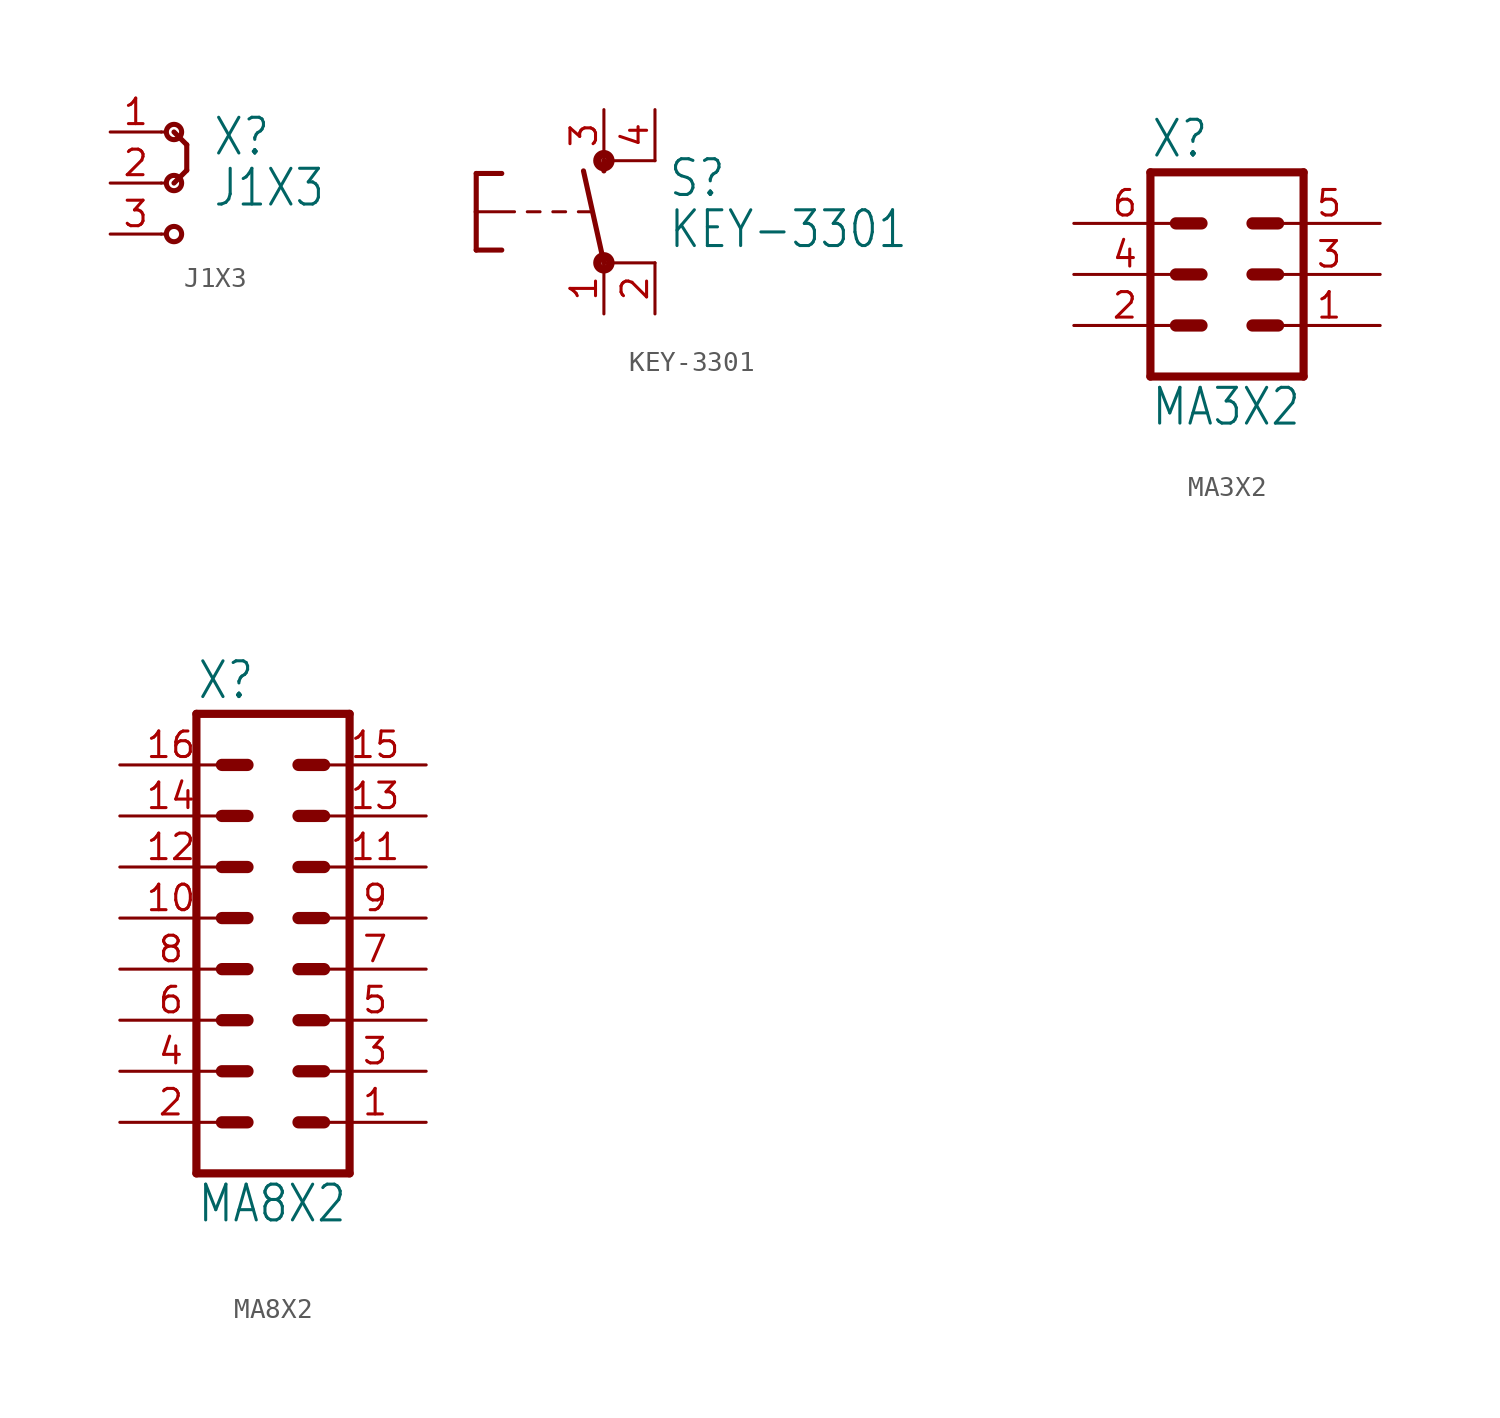
<source format=kicad_sym>
(kicad_symbol_lib
  (version 20211014)
  (generator kicad_symbol_editor)
  (symbol "J1X3"
    (property "Reference" "X"
      (at 2.54 1.27 0)
      (effects (font (size 1.778 1.511)) (justify left bottom)))
    (property "Value" "J1X3"
      (at 2.54 -1.27 0)
      (effects (font (size 1.778 1.511)) (justify left bottom)))
    (property "ki_locked" ""
      (at 0 0 0)
      (effects (font (size 1.27 1.27))))
    (symbol "J1X3_1_0"
      (polyline (pts (xy 0 -2.54) (xy 0.254 -2.54)) (stroke (width 0.152) (type default) (color 0 0 0 0)) (fill (type none)))
      (polyline (pts (xy 0 0) (xy 0.254 0)) (stroke (width 0.152) (type default) (color 0 0 0 0)) (fill (type none)))
      (polyline (pts (xy 0 2.54) (xy 0.254 2.54)) (stroke (width 0.152) (type default) (color 0 0 0 0)) (fill (type none)))
      (polyline (pts (xy 1.27 0.635) (xy 0.635 0)) (stroke (width 0.254) (type default) (color 0 0 0 0)) (fill (type none)))
      (polyline (pts (xy 1.27 1.905) (xy 0.635 2.54)) (stroke (width 0.254) (type default) (color 0 0 0 0)) (fill (type none)))
      (polyline (pts (xy 1.27 1.905) (xy 1.27 0.635)) (stroke (width 0.254) (type default) (color 0 0 0 0)) (fill (type none)))
      (circle (center 0.635 -2.54) (radius 0.381) (stroke (width 0.254) (type default) (color 0 0 0 0)) (fill (type none)))
      (circle (center 0.635 0) (radius 0.381) (stroke (width 0.254) (type default) (color 0 0 0 0)) (fill (type none)))
      (circle (center 0.635 2.54) (radius 0.381) (stroke (width 0.254) (type default) (color 0 0 0 0)) (fill (type none)))
      (pin passive line (at -2.54 2.54 0) (length 2.54) (name "1" (effects (font (size 0 0)))) (number "1" (effects (font (size 1.27 1.27)))))
      (pin passive line (at -2.54 0 0) (length 2.54) (name "2" (effects (font (size 0 0)))) (number "2" (effects (font (size 1.27 1.27)))))
      (pin passive line (at -2.54 -2.54 0) (length 2.54) (name "3" (effects (font (size 0 0)))) (number "3" (effects (font (size 1.27 1.27)))))))
  (symbol "KEY-3301"
    (property "Reference" "S"
      (at 3.175 0.635 0)
      (effects (font (size 1.778 1.511)) (justify left bottom)))
    (property "Value" "KEY-3301"
      (at 3.175 -1.905 0)
      (effects (font (size 1.778 1.511)) (justify left bottom)))
    (property "ki_locked" ""
      (at 0 0 0)
      (effects (font (size 1.27 1.27))))
    (symbol "KEY-3301_1_0"
      (circle (center 0 -2.54) (radius 0.127) (stroke (width 0.406) (type default) (color 0 0 0 0)) (fill (type none)))
      (polyline (pts (xy -6.35 -1.905) (xy -5.08 -1.905)) (stroke (width 0.254) (type default) (color 0 0 0 0)) (fill (type none)))
      (polyline (pts (xy -6.35 0) (xy -6.35 -1.905)) (stroke (width 0.254) (type default) (color 0 0 0 0)) (fill (type none)))
      (polyline (pts (xy -6.35 0) (xy -4.445 0)) (stroke (width 0.152) (type default) (color 0 0 0 0)) (fill (type none)))
      (polyline (pts (xy -6.35 1.905) (xy -6.35 0)) (stroke (width 0.254) (type default) (color 0 0 0 0)) (fill (type none)))
      (polyline (pts (xy -6.35 1.905) (xy -5.08 1.905)) (stroke (width 0.254) (type default) (color 0 0 0 0)) (fill (type none)))
      (polyline (pts (xy -3.81 0) (xy -3.175 0)) (stroke (width 0.152) (type default) (color 0 0 0 0)) (fill (type none)))
      (polyline (pts (xy -2.54 0) (xy -1.905 0)) (stroke (width 0.152) (type default) (color 0 0 0 0)) (fill (type none)))
      (polyline (pts (xy -1.27 0) (xy -0.635 0)) (stroke (width 0.152) (type default) (color 0 0 0 0)) (fill (type none)))
      (polyline (pts (xy 0 -2.54) (xy -1.016 2.032)) (stroke (width 0.254) (type default) (color 0 0 0 0)) (fill (type none)))
      (polyline (pts (xy 0 2.032) (xy 0 2.54)) (stroke (width 0.254) (type default) (color 0 0 0 0)) (fill (type none)))
      (polyline (pts (xy 2.54 -2.54) (xy 0 -2.54)) (stroke (width 0.152) (type default) (color 0 0 0 0)) (fill (type none)))
      (polyline (pts (xy 2.54 2.54) (xy 0 2.54)) (stroke (width 0.152) (type default) (color 0 0 0 0)) (fill (type none)))
      (circle (center 0 2.54) (radius 0.127) (stroke (width 0.406) (type default) (color 0 0 0 0)) (fill (type none)))
      (pin passive line (at 0 -5.08 90) (length 2.54) (name "P" (effects (font (size 0 0)))) (number "1" (effects (font (size 1.27 1.27)))))
      (pin passive line (at 2.54 -5.08 90) (length 2.54) (name "P@1" (effects (font (size 0 0)))) (number "2" (effects (font (size 1.27 1.27)))))
      (pin passive line (at 0 5.08 270) (length 2.54) (name "S" (effects (font (size 0 0)))) (number "3" (effects (font (size 1.27 1.27)))))
      (pin passive line (at 2.54 5.08 270) (length 2.54) (name "S@1" (effects (font (size 0 0)))) (number "4" (effects (font (size 1.27 1.27)))))))
  (symbol "MA3X2"
    (property "Reference" "X"
      (at -3.81 5.715 0)
      (effects (font (size 1.778 1.511)) (justify left bottom)))
    (property "Value" "MA3X2"
      (at -3.81 -7.62 0)
      (effects (font (size 1.778 1.511)) (justify left bottom)))
    (property "ki_locked" ""
      (at 0 0 0)
      (effects (font (size 1.27 1.27))))
    (symbol "MA3X2_1_0"
      (polyline (pts (xy -3.81 5.08) (xy -3.81 -5.08)) (stroke (width 0.406) (type default) (color 0 0 0 0)) (fill (type none)))
      (polyline (pts (xy -3.81 5.08) (xy 3.81 5.08)) (stroke (width 0.406) (type default) (color 0 0 0 0)) (fill (type none)))
      (polyline (pts (xy -2.54 -2.54) (xy -1.27 -2.54)) (stroke (width 0.61) (type default) (color 0 0 0 0)) (fill (type none)))
      (polyline (pts (xy -2.54 0) (xy -1.27 0)) (stroke (width 0.61) (type default) (color 0 0 0 0)) (fill (type none)))
      (polyline (pts (xy -2.54 2.54) (xy -1.27 2.54)) (stroke (width 0.61) (type default) (color 0 0 0 0)) (fill (type none)))
      (polyline (pts (xy 1.27 -2.54) (xy 2.54 -2.54)) (stroke (width 0.61) (type default) (color 0 0 0 0)) (fill (type none)))
      (polyline (pts (xy 1.27 0) (xy 2.54 0)) (stroke (width 0.61) (type default) (color 0 0 0 0)) (fill (type none)))
      (polyline (pts (xy 1.27 2.54) (xy 2.54 2.54)) (stroke (width 0.61) (type default) (color 0 0 0 0)) (fill (type none)))
      (polyline (pts (xy 3.81 -5.08) (xy -3.81 -5.08)) (stroke (width 0.406) (type default) (color 0 0 0 0)) (fill (type none)))
      (polyline (pts (xy 3.81 -5.08) (xy 3.81 5.08)) (stroke (width 0.406) (type default) (color 0 0 0 0)) (fill (type none)))
      (pin passive line (at 7.62 -2.54 180) (length 5.08) (name "1" (effects (font (size 0 0)))) (number "1" (effects (font (size 1.27 1.27)))))
      (pin passive line (at -7.62 -2.54 0) (length 5.08) (name "2" (effects (font (size 0 0)))) (number "2" (effects (font (size 1.27 1.27)))))
      (pin passive line (at 7.62 0 180) (length 5.08) (name "3" (effects (font (size 0 0)))) (number "3" (effects (font (size 1.27 1.27)))))
      (pin passive line (at -7.62 0 0) (length 5.08) (name "4" (effects (font (size 0 0)))) (number "4" (effects (font (size 1.27 1.27)))))
      (pin passive line (at 7.62 2.54 180) (length 5.08) (name "5" (effects (font (size 0 0)))) (number "5" (effects (font (size 1.27 1.27)))))
      (pin passive line (at -7.62 2.54 0) (length 5.08) (name "6" (effects (font (size 0 0)))) (number "6" (effects (font (size 1.27 1.27)))))))
  (symbol "MA8X2"
    (property "Reference" "X"
      (at -3.81 13.335 0)
      (effects (font (size 1.778 1.511)) (justify left bottom)))
    (property "Value" "MA8X2"
      (at -3.81 -12.7 0)
      (effects (font (size 1.778 1.511)) (justify left bottom)))
    (property "ki_locked" ""
      (at 0 0 0)
      (effects (font (size 1.27 1.27))))
    (symbol "MA8X2_1_0"
      (polyline (pts (xy -3.81 12.7) (xy -3.81 -10.16)) (stroke (width 0.406) (type default) (color 0 0 0 0)) (fill (type none)))
      (polyline (pts (xy -3.81 12.7) (xy 3.81 12.7)) (stroke (width 0.406) (type default) (color 0 0 0 0)) (fill (type none)))
      (polyline (pts (xy -2.54 -7.62) (xy -1.27 -7.62)) (stroke (width 0.61) (type default) (color 0 0 0 0)) (fill (type none)))
      (polyline (pts (xy -2.54 -5.08) (xy -1.27 -5.08)) (stroke (width 0.61) (type default) (color 0 0 0 0)) (fill (type none)))
      (polyline (pts (xy -2.54 -2.54) (xy -1.27 -2.54)) (stroke (width 0.61) (type default) (color 0 0 0 0)) (fill (type none)))
      (polyline (pts (xy -2.54 0) (xy -1.27 0)) (stroke (width 0.61) (type default) (color 0 0 0 0)) (fill (type none)))
      (polyline (pts (xy -2.54 2.54) (xy -1.27 2.54)) (stroke (width 0.61) (type default) (color 0 0 0 0)) (fill (type none)))
      (polyline (pts (xy -2.54 5.08) (xy -1.27 5.08)) (stroke (width 0.61) (type default) (color 0 0 0 0)) (fill (type none)))
      (polyline (pts (xy -2.54 7.62) (xy -1.27 7.62)) (stroke (width 0.61) (type default) (color 0 0 0 0)) (fill (type none)))
      (polyline (pts (xy -2.54 10.16) (xy -1.27 10.16)) (stroke (width 0.61) (type default) (color 0 0 0 0)) (fill (type none)))
      (polyline (pts (xy 1.27 -7.62) (xy 2.54 -7.62)) (stroke (width 0.61) (type default) (color 0 0 0 0)) (fill (type none)))
      (polyline (pts (xy 1.27 -5.08) (xy 2.54 -5.08)) (stroke (width 0.61) (type default) (color 0 0 0 0)) (fill (type none)))
      (polyline (pts (xy 1.27 -2.54) (xy 2.54 -2.54)) (stroke (width 0.61) (type default) (color 0 0 0 0)) (fill (type none)))
      (polyline (pts (xy 1.27 0) (xy 2.54 0)) (stroke (width 0.61) (type default) (color 0 0 0 0)) (fill (type none)))
      (polyline (pts (xy 1.27 2.54) (xy 2.54 2.54)) (stroke (width 0.61) (type default) (color 0 0 0 0)) (fill (type none)))
      (polyline (pts (xy 1.27 5.08) (xy 2.54 5.08)) (stroke (width 0.61) (type default) (color 0 0 0 0)) (fill (type none)))
      (polyline (pts (xy 1.27 7.62) (xy 2.54 7.62)) (stroke (width 0.61) (type default) (color 0 0 0 0)) (fill (type none)))
      (polyline (pts (xy 1.27 10.16) (xy 2.54 10.16)) (stroke (width 0.61) (type default) (color 0 0 0 0)) (fill (type none)))
      (polyline (pts (xy 3.81 -10.16) (xy -3.81 -10.16)) (stroke (width 0.406) (type default) (color 0 0 0 0)) (fill (type none)))
      (polyline (pts (xy 3.81 -10.16) (xy 3.81 12.7)) (stroke (width 0.406) (type default) (color 0 0 0 0)) (fill (type none)))
      (pin passive line (at 7.62 -7.62 180) (length 5.08) (name "1" (effects (font (size 0 0)))) (number "1" (effects (font (size 1.27 1.27)))))
      (pin passive line (at -7.62 2.54 0) (length 5.08) (name "10" (effects (font (size 0 0)))) (number "10" (effects (font (size 1.27 1.27)))))
      (pin passive line (at 7.62 5.08 180) (length 5.08) (name "11" (effects (font (size 0 0)))) (number "11" (effects (font (size 1.27 1.27)))))
      (pin passive line (at -7.62 5.08 0) (length 5.08) (name "12" (effects (font (size 0 0)))) (number "12" (effects (font (size 1.27 1.27)))))
      (pin passive line (at 7.62 7.62 180) (length 5.08) (name "13" (effects (font (size 0 0)))) (number "13" (effects (font (size 1.27 1.27)))))
      (pin passive line (at -7.62 7.62 0) (length 5.08) (name "14" (effects (font (size 0 0)))) (number "14" (effects (font (size 1.27 1.27)))))
      (pin passive line (at 7.62 10.16 180) (length 5.08) (name "15" (effects (font (size 0 0)))) (number "15" (effects (font (size 1.27 1.27)))))
      (pin passive line (at -7.62 10.16 0) (length 5.08) (name "16" (effects (font (size 0 0)))) (number "16" (effects (font (size 1.27 1.27)))))
      (pin passive line (at -7.62 -7.62 0) (length 5.08) (name "2" (effects (font (size 0 0)))) (number "2" (effects (font (size 1.27 1.27)))))
      (pin passive line (at 7.62 -5.08 180) (length 5.08) (name "3" (effects (font (size 0 0)))) (number "3" (effects (font (size 1.27 1.27)))))
      (pin passive line (at -7.62 -5.08 0) (length 5.08) (name "4" (effects (font (size 0 0)))) (number "4" (effects (font (size 1.27 1.27)))))
      (pin passive line (at 7.62 -2.54 180) (length 5.08) (name "5" (effects (font (size 0 0)))) (number "5" (effects (font (size 1.27 1.27)))))
      (pin passive line (at -7.62 -2.54 0) (length 5.08) (name "6" (effects (font (size 0 0)))) (number "6" (effects (font (size 1.27 1.27)))))
      (pin passive line (at 7.62 0 180) (length 5.08) (name "7" (effects (font (size 0 0)))) (number "7" (effects (font (size 1.27 1.27)))))
      (pin passive line (at -7.62 0 0) (length 5.08) (name "8" (effects (font (size 0 0)))) (number "8" (effects (font (size 1.27 1.27)))))
      (pin passive line (at 7.62 2.54 180) (length 5.08) (name "9" (effects (font (size 0 0)))) (number "9" (effects (font (size 1.27 1.27))))))))
</source>
